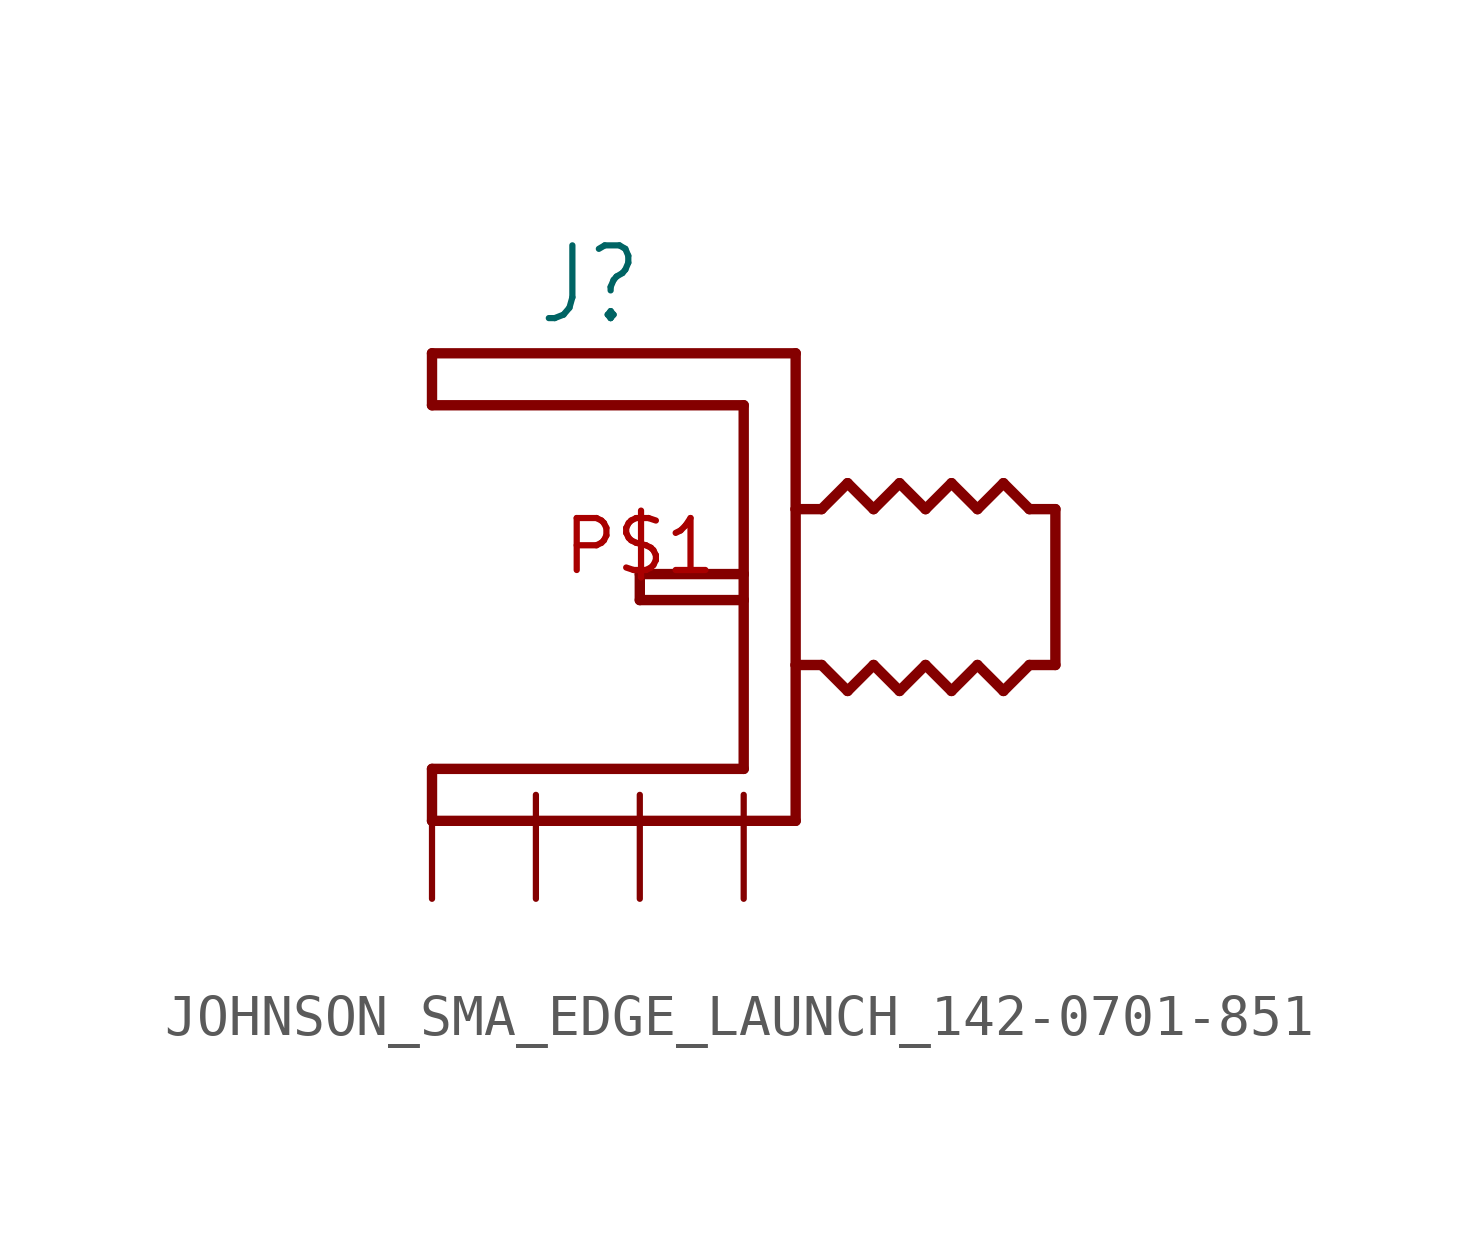
<source format=kicad_sym>
(kicad_symbol_lib
  (version 20231120)
  (generator "kicad_symbol_editor")
  (generator_version "8.0")
  (symbol "JOHNSON_SMA_EDGE_LAUNCH_142-0701-851"
    (property "Reference" "J"
      (at -5.08 6.35 0)
      (effects (font (size 1.778 1.511)) (justify left bottom)))
    (property "ki_locked" ""
      (at 0 0 0)
      (effects (font (size 1.27 1.27))))
    (symbol "JOHNSON_SMA_EDGE_LAUNCH_142-0701-851_1_0"
      (polyline (pts (xy -7.62 -5.715) (xy 1.27 -5.715)) (stroke (width 0.254) (type solid)) (fill (type none)))
      (polyline (pts (xy -7.62 -4.445) (xy -7.62 -5.715)) (stroke (width 0.254) (type solid)) (fill (type none)))
      (polyline (pts (xy -7.62 4.445) (xy 0 4.445)) (stroke (width 0.254) (type solid)) (fill (type none)))
      (polyline (pts (xy -7.62 5.715) (xy -7.62 4.445)) (stroke (width 0.254) (type solid)) (fill (type none)))
      (polyline (pts (xy -2.54 -0.318) (xy 0 -0.318)) (stroke (width 0.254) (type solid)) (fill (type none)))
      (polyline (pts (xy -2.54 0.318) (xy -2.54 -0.318)) (stroke (width 0.254) (type solid)) (fill (type none)))
      (polyline (pts (xy 0 -4.445) (xy -7.62 -4.445)) (stroke (width 0.254) (type solid)) (fill (type none)))
      (polyline (pts (xy 0 -0.318) (xy 0 -4.445)) (stroke (width 0.254) (type solid)) (fill (type none)))
      (polyline (pts (xy 0 0.318) (xy -2.54 0.318)) (stroke (width 0.254) (type solid)) (fill (type none)))
      (polyline (pts (xy 0 0.318) (xy 0 -0.318)) (stroke (width 0.254) (type solid)) (fill (type none)))
      (polyline (pts (xy 0 4.445) (xy 0 0.318)) (stroke (width 0.254) (type solid)) (fill (type none)))
      (polyline (pts (xy 1.27 -5.715) (xy 1.27 -1.905)) (stroke (width 0.254) (type solid)) (fill (type none)))
      (polyline (pts (xy 1.27 -1.905) (xy 1.905 -1.905)) (stroke (width 0.254) (type solid)) (fill (type none)))
      (polyline (pts (xy 1.27 1.905) (xy 1.27 -1.905)) (stroke (width 0.254) (type solid)) (fill (type none)))
      (polyline (pts (xy 1.27 1.905) (xy 1.27 5.715)) (stroke (width 0.254) (type solid)) (fill (type none)))
      (polyline (pts (xy 1.27 5.715) (xy -7.62 5.715)) (stroke (width 0.254) (type solid)) (fill (type none)))
      (polyline (pts (xy 1.905 -1.905) (xy 2.54 -2.54)) (stroke (width 0.254) (type solid)) (fill (type none)))
      (polyline (pts (xy 1.905 1.905) (xy 1.27 1.905)) (stroke (width 0.254) (type solid)) (fill (type none)))
      (polyline (pts (xy 2.54 -2.54) (xy 3.175 -1.905)) (stroke (width 0.254) (type solid)) (fill (type none)))
      (polyline (pts (xy 2.54 2.54) (xy 1.905 1.905)) (stroke (width 0.254) (type solid)) (fill (type none)))
      (polyline (pts (xy 3.175 -1.905) (xy 3.81 -2.54)) (stroke (width 0.254) (type solid)) (fill (type none)))
      (polyline (pts (xy 3.175 1.905) (xy 2.54 2.54)) (stroke (width 0.254) (type solid)) (fill (type none)))
      (polyline (pts (xy 3.81 -2.54) (xy 4.445 -1.905)) (stroke (width 0.254) (type solid)) (fill (type none)))
      (polyline (pts (xy 3.81 2.54) (xy 3.175 1.905)) (stroke (width 0.254) (type solid)) (fill (type none)))
      (polyline (pts (xy 4.445 -1.905) (xy 5.08 -2.54)) (stroke (width 0.254) (type solid)) (fill (type none)))
      (polyline (pts (xy 4.445 1.905) (xy 3.81 2.54)) (stroke (width 0.254) (type solid)) (fill (type none)))
      (polyline (pts (xy 5.08 -2.54) (xy 5.715 -1.905)) (stroke (width 0.254) (type solid)) (fill (type none)))
      (polyline (pts (xy 5.08 2.54) (xy 4.445 1.905)) (stroke (width 0.254) (type solid)) (fill (type none)))
      (polyline (pts (xy 5.715 -1.905) (xy 6.35 -2.54)) (stroke (width 0.254) (type solid)) (fill (type none)))
      (polyline (pts (xy 5.715 1.905) (xy 5.08 2.54)) (stroke (width 0.254) (type solid)) (fill (type none)))
      (polyline (pts (xy 6.35 -2.54) (xy 6.985 -1.905)) (stroke (width 0.254) (type solid)) (fill (type none)))
      (polyline (pts (xy 6.35 2.54) (xy 5.715 1.905)) (stroke (width 0.254) (type solid)) (fill (type none)))
      (polyline (pts (xy 6.985 -1.905) (xy 7.62 -1.905)) (stroke (width 0.254) (type solid)) (fill (type none)))
      (polyline (pts (xy 6.985 1.905) (xy 6.35 2.54)) (stroke (width 0.254) (type solid)) (fill (type none)))
      (polyline (pts (xy 7.62 -1.905) (xy 7.62 1.905)) (stroke (width 0.254) (type solid)) (fill (type none)))
      (polyline (pts (xy 7.62 1.905) (xy 6.985 1.905)) (stroke (width 0.254) (type solid)) (fill (type none)))
      (pin bidirectional line (at -2.54 0 0) (length 0) (name "P$1" (effects (font (size 0 0)))) (number "P$1" (effects (font (size 1.27 1.27)))))
      (pin bidirectional line (at -5.08 -7.62 90) (length 2.54) (name "GND1" (effects (font (size 0 0)))) (number "P$2" (effects (font (size 0 0)))))
      (pin bidirectional line (at -7.62 -7.62 90) (length 2.54) (name "GND" (effects (font (size 0 0)))) (number "P$3" (effects (font (size 0 0)))))
      (pin bidirectional line (at -2.54 -7.62 90) (length 2.54) (name "GND2" (effects (font (size 0 0)))) (number "P$4" (effects (font (size 0 0)))))
      (pin bidirectional line (at 0 -7.62 90) (length 2.54) (name "GND3" (effects (font (size 0 0)))) (number "P$5" (effects (font (size 0 0))))))))
</source>
